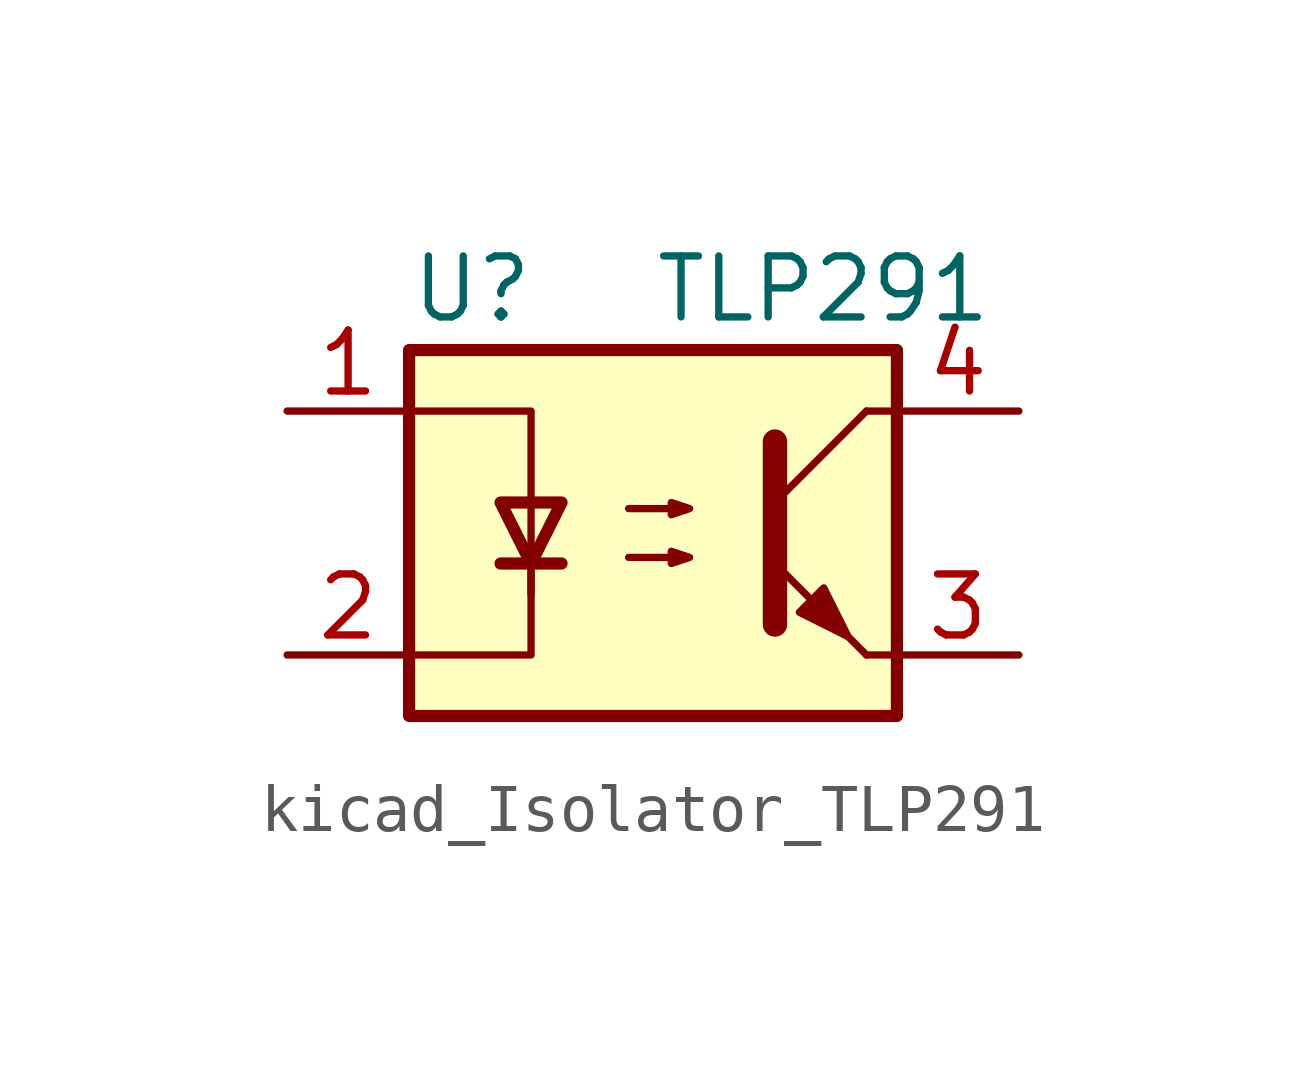
<source format=kicad_sym>
(kicad_symbol_lib
  (version 20220914)
  (generator kicad_symbol_editor)
  (symbol "kicad_Isolator_TLP291"
    (property "Reference" "U"
      (at -5.08 5.08 0)
      (effects (font (size 1.27 1.27)) (justify left)))
    (property "Value" "TLP291"
      (at 0 5.08 0)
      (effects (font (size 1.27 1.27)) (justify left)))
    (symbol "kicad_Isolator_TLP291_0_1"
      (rectangle (start -5.08 3.81) (end 5.08 -3.81) (stroke (width 0.254) (type default)) (fill (type background)))
      (polyline (pts (xy -3.175 -0.635) (xy -1.905 -0.635)) (stroke (width 0.254) (type default)) (fill (type none)))
      (polyline (pts (xy 2.54 0.635) (xy 4.445 2.54)) (stroke (width 0) (type default)) (fill (type none)))
      (polyline (pts (xy 4.445 -2.54) (xy 2.54 -0.635)) (stroke (width 0) (type default)) (fill (type outline)))
      (polyline (pts (xy 4.445 -2.54) (xy 5.08 -2.54)) (stroke (width 0) (type default)) (fill (type none)))
      (polyline (pts (xy 4.445 2.54) (xy 5.08 2.54)) (stroke (width 0) (type default)) (fill (type none)))
      (polyline (pts (xy -2.54 -0.635) (xy -2.54 -2.54) (xy -5.08 -2.54)) (stroke (width 0) (type default)) (fill (type none)))
      (polyline (pts (xy 2.54 1.905) (xy 2.54 -1.905) (xy 2.54 -1.905)) (stroke (width 0.508) (type default)) (fill (type none)))
      (polyline (pts (xy -5.08 2.54) (xy -2.54 2.54) (xy -2.54 -1.27) (xy -2.54 0.635)) (stroke (width 0) (type default)) (fill (type none)))
      (polyline (pts (xy -2.54 -0.635) (xy -3.175 0.635) (xy -1.905 0.635) (xy -2.54 -0.635)) (stroke (width 0.254) (type default)) (fill (type none)))
      (polyline (pts (xy -0.508 -0.508) (xy 0.762 -0.508) (xy 0.381 -0.635) (xy 0.381 -0.381) (xy 0.762 -0.508)) (stroke (width 0) (type default)) (fill (type none)))
      (polyline (pts (xy -0.508 0.508) (xy 0.762 0.508) (xy 0.381 0.381) (xy 0.381 0.635) (xy 0.762 0.508)) (stroke (width 0) (type default)) (fill (type none)))
      (polyline (pts (xy 3.048 -1.651) (xy 3.556 -1.143) (xy 4.064 -2.159) (xy 3.048 -1.651) (xy 3.048 -1.651)) (stroke (width 0) (type default)) (fill (type outline))))
    (symbol "kicad_Isolator_TLP291_1_1"
      (pin passive line (at -7.62 2.54 0) (length 2.54) (name "~" (effects (font (size 1.27 1.27)))) (number "1" (effects (font (size 1.27 1.27)))))
      (pin passive line (at -7.62 -2.54 0) (length 2.54) (name "~" (effects (font (size 1.27 1.27)))) (number "2" (effects (font (size 1.27 1.27)))))
      (pin passive line (at 7.62 -2.54 180) (length 2.54) (name "~" (effects (font (size 1.27 1.27)))) (number "3" (effects (font (size 1.27 1.27)))))
      (pin passive line (at 7.62 2.54 180) (length 2.54) (name "~" (effects (font (size 1.27 1.27)))) (number "4" (effects (font (size 1.27 1.27))))))))
</source>
